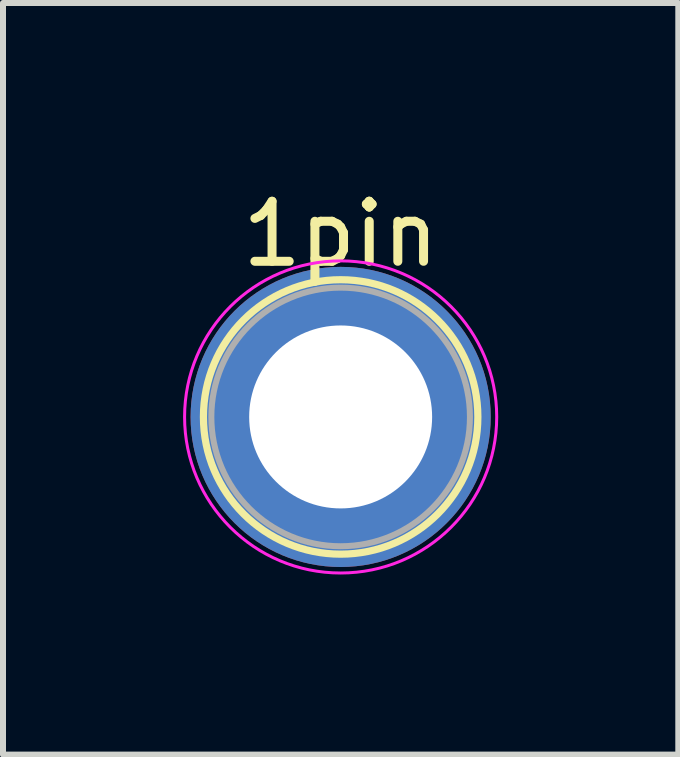
<source format=kicad_pcb>
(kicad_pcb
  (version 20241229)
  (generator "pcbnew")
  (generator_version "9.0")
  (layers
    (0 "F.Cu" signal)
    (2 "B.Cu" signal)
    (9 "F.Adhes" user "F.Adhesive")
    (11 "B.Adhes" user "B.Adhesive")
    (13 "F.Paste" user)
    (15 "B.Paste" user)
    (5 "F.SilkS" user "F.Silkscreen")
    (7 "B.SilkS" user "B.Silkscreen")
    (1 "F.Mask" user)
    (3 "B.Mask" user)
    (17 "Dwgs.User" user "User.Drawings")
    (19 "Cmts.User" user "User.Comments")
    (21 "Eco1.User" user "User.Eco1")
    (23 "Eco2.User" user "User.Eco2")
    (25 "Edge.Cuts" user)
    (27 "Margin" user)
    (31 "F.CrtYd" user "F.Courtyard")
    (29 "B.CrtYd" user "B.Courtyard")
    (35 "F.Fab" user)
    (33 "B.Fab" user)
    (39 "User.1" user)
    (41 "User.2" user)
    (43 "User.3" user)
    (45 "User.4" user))
  (footprint "1pin"
    (layer "F.Cu")
    (at 2.625 3.896)
    (property "Reference" "1pin" (at 0 -3.048 0) (layer "F.SilkS") (effects (font (size 1 1) (thickness 0.15))))
    (attr through_hole)
    (fp_circle (center 0 0) (end 0 -2.286) (stroke (width 0.12) (type solid)) (fill no) (layer "F.SilkS"))
    (fp_circle (center 0 0) (end 2.6 0) (stroke (width 0.05) (type solid)) (fill no) (layer "F.CrtYd"))
    (fp_circle (center 0 0) (end 2 0.8) (stroke (width 0.1) (type solid)) (fill no) (layer "F.Fab"))
    (pad "1" thru_hole circle (at 0 0) (size 5 5) (drill 3.048) (layers "*.Cu" "*.Mask")))
  (gr_rect
    (start -3 -3)
    (end 8.25 9.521)
    (stroke (width 0.1) (type default))
    (fill no)
    (layer "Edge.Cuts")))
</source>
